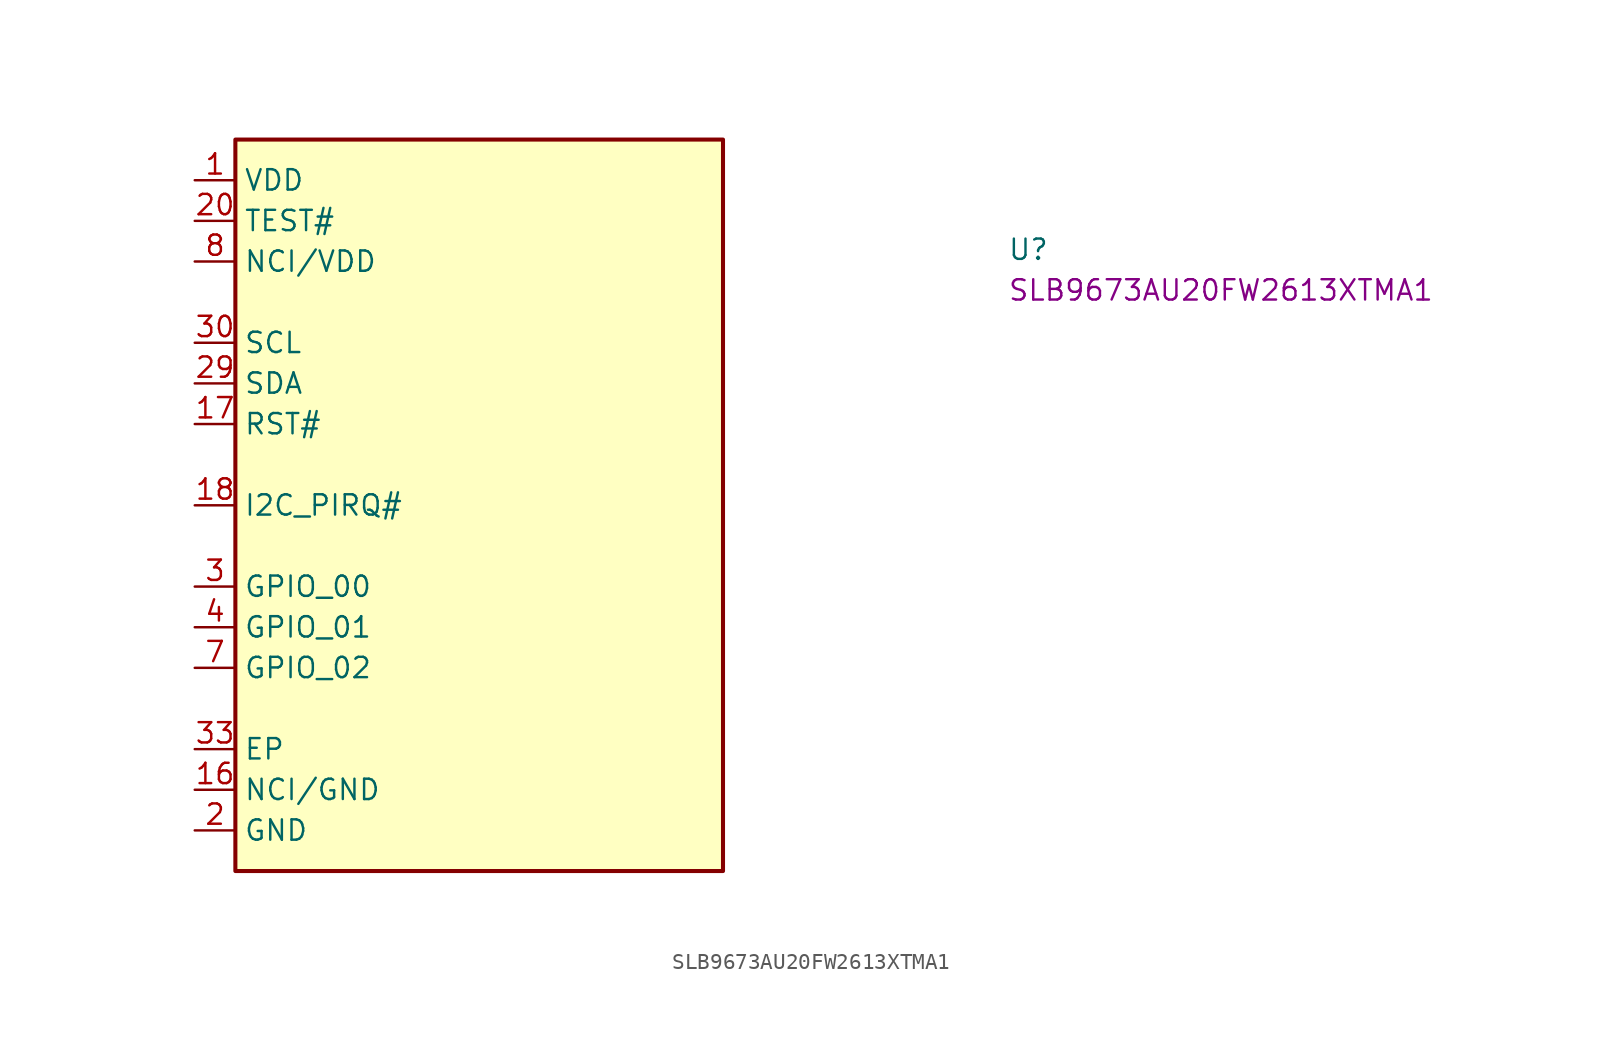
<source format=kicad_sym>
(kicad_symbol_lib
  (version 20220914)
  (generator kicad_symbol_editor)
  (symbol "SLB9673AU20FW2613XTMA1"
    (property "Reference" "U"
      (at 50.8 -5.08 0)
      (effects (font (size 1.27 1.27) (thickness 0.15)) (justify left bottom)))
    (property "MPN" "SLB9673AU20FW2613XTMA1"
      (at 50.8 -7.62 0)
      (effects (font (size 1.27 1.27) (thickness 0.15)) (justify left bottom)))
    (symbol "SLB9673AU20FW2613XTMA1_1_1"
      (rectangle (start 2.54 2.54) (end 33.02 -43.18) (stroke (width 0.254) (type default)) (fill (type background)))
      (pin power_in line (at 0 0 0) (length 2.54) (name "VDD" (effects (font (size 1.27 1.27)))) (number "1" (effects (font (size 1.27 1.27)))))
      (pin no_connect line (at 33.02 -16.51 180) (length 2.54) hide (name "NCI" (effects (font (size 1.27 1.27)))) (number "10" (effects (font (size 1.27 1.27)))))
      (pin no_connect line (at 33.02 -17.78 180) (length 2.54) hide (name "NCI" (effects (font (size 1.27 1.27)))) (number "11" (effects (font (size 1.27 1.27)))))
      (pin no_connect line (at 33.02 -20.32 180) (length 2.54) hide (name "NCI" (effects (font (size 1.27 1.27)))) (number "12" (effects (font (size 1.27 1.27)))))
      (pin no_connect line (at 33.02 -21.59 180) (length 2.54) hide (name "NCI" (effects (font (size 1.27 1.27)))) (number "13" (effects (font (size 1.27 1.27)))))
      (pin passive line (at 0 0 0) (length 2.54) hide (name "VDD" (effects (font (size 1.27 1.27)))) (number "14" (effects (font (size 1.27 1.27)))))
      (pin no_connect line (at 33.02 -22.86 180) (length 2.54) hide (name "NCI" (effects (font (size 1.27 1.27)))) (number "15" (effects (font (size 1.27 1.27)))))
      (pin passive line (at 0 -38.1 0) (length 2.54) (name "NCI/GND" (effects (font (size 1.27 1.27)))) (number "16" (effects (font (size 1.27 1.27)))))
      (pin passive line (at 0 -15.24 0) (length 2.54) (name "RST#" (effects (font (size 1.27 1.27)))) (number "17" (effects (font (size 1.27 1.27)))))
      (pin passive line (at 0 -20.32 0) (length 2.54) (name "I2C_PIRQ#" (effects (font (size 1.27 1.27)))) (number "18" (effects (font (size 1.27 1.27)))))
      (pin no_connect line (at 33.02 -11.43 180) (length 2.54) hide (name "NC" (effects (font (size 1.27 1.27)))) (number "19" (effects (font (size 1.27 1.27)))))
      (pin power_in line (at 0 -40.64 0) (length 2.54) (name "GND" (effects (font (size 1.27 1.27)))) (number "2" (effects (font (size 1.27 1.27)))))
      (pin passive line (at 0 -2.54 0) (length 2.54) (name "TEST#" (effects (font (size 1.27 1.27)))) (number "20" (effects (font (size 1.27 1.27)))))
      (pin no_connect line (at 33.02 -12.7 180) (length 2.54) hide (name "NC" (effects (font (size 1.27 1.27)))) (number "21" (effects (font (size 1.27 1.27)))))
      (pin passive line (at 0 0 0) (length 2.54) hide (name "VDD" (effects (font (size 1.27 1.27)))) (number "22" (effects (font (size 1.27 1.27)))))
      (pin passive line (at 0 -40.64 0) (length 2.54) hide (name "GND" (effects (font (size 1.27 1.27)))) (number "23" (effects (font (size 1.27 1.27)))))
      (pin no_connect line (at 33.02 -13.97 180) (length 2.54) hide (name "NC" (effects (font (size 1.27 1.27)))) (number "24" (effects (font (size 1.27 1.27)))))
      (pin no_connect line (at 33.02 -10.16 180) (length 2.54) hide (name "NCI" (effects (font (size 1.27 1.27)))) (number "25" (effects (font (size 1.27 1.27)))))
      (pin no_connect line (at 33.02 -8.89 180) (length 2.54) hide (name "NCI" (effects (font (size 1.27 1.27)))) (number "26" (effects (font (size 1.27 1.27)))))
      (pin no_connect line (at 33.02 -7.62 180) (length 2.54) hide (name "NCI" (effects (font (size 1.27 1.27)))) (number "27" (effects (font (size 1.27 1.27)))))
      (pin no_connect line (at 33.02 -6.35 180) (length 2.54) hide (name "NCI" (effects (font (size 1.27 1.27)))) (number "28" (effects (font (size 1.27 1.27)))))
      (pin passive line (at 0 -12.7 0) (length 2.54) (name "SDA" (effects (font (size 1.27 1.27)))) (number "29" (effects (font (size 1.27 1.27)))))
      (pin passive line (at 0 -25.4 0) (length 2.54) (name "GPIO_00" (effects (font (size 1.27 1.27)))) (number "3" (effects (font (size 1.27 1.27)))))
      (pin passive line (at 0 -10.16 0) (length 2.54) (name "SCL" (effects (font (size 1.27 1.27)))) (number "30" (effects (font (size 1.27 1.27)))))
      (pin no_connect line (at 33.02 -5.08 180) (length 2.54) hide (name "NCI" (effects (font (size 1.27 1.27)))) (number "31" (effects (font (size 1.27 1.27)))))
      (pin passive line (at 0 -40.64 0) (length 2.54) hide (name "GND" (effects (font (size 1.27 1.27)))) (number "32" (effects (font (size 1.27 1.27)))))
      (pin passive line (at 0 -35.56 0) (length 2.54) (name "EP" (effects (font (size 1.27 1.27)))) (number "33" (effects (font (size 1.27 1.27)))))
      (pin passive line (at 0 -27.94 0) (length 2.54) (name "GPIO_01" (effects (font (size 1.27 1.27)))) (number "4" (effects (font (size 1.27 1.27)))))
      (pin no_connect line (at 33.02 -19.05 180) (length 2.54) hide (name "NCI" (effects (font (size 1.27 1.27)))) (number "5" (effects (font (size 1.27 1.27)))))
      (pin no_connect line (at 33.02 -15.24 180) (length 2.54) hide (name "NC" (effects (font (size 1.27 1.27)))) (number "6" (effects (font (size 1.27 1.27)))))
      (pin passive line (at 0 -30.48 0) (length 2.54) (name "GPIO_02" (effects (font (size 1.27 1.27)))) (number "7" (effects (font (size 1.27 1.27)))))
      (pin passive line (at 0 -5.08 0) (length 2.54) (name "NCI/VDD" (effects (font (size 1.27 1.27)))) (number "8" (effects (font (size 1.27 1.27)))))
      (pin passive line (at 0 -40.64 0) (length 2.54) hide (name "GND" (effects (font (size 1.27 1.27)))) (number "9" (effects (font (size 1.27 1.27))))))))
</source>
